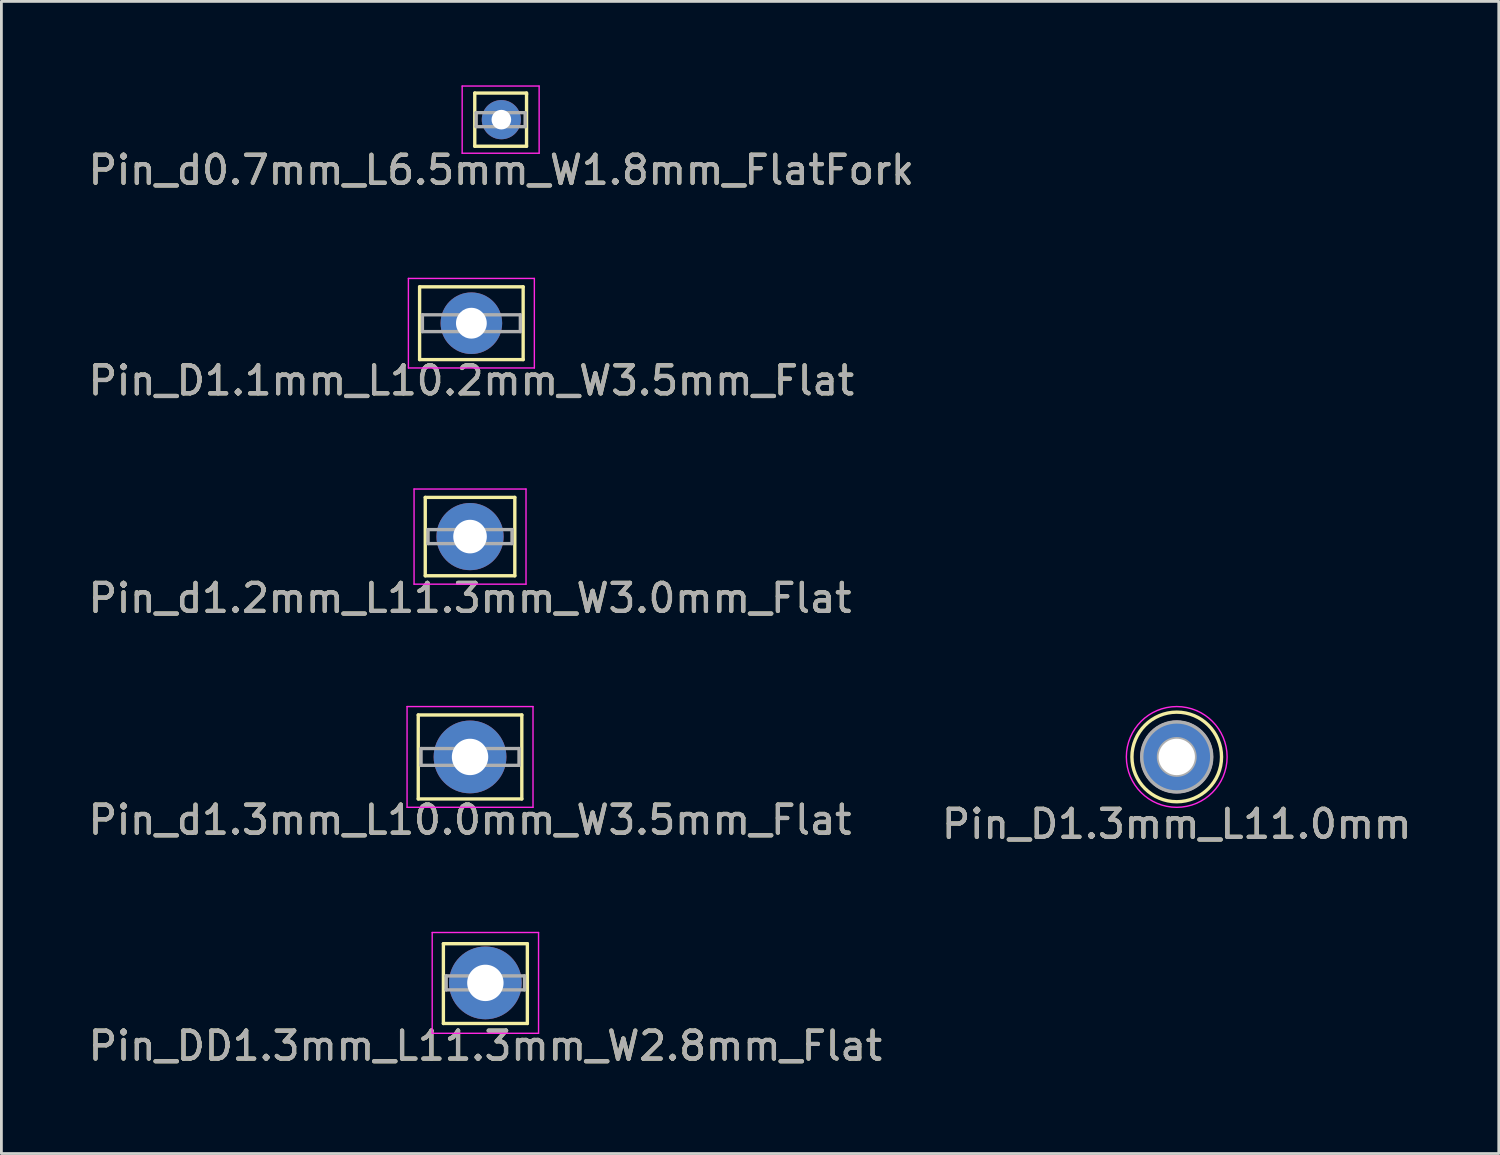
<source format=kicad_pcb>
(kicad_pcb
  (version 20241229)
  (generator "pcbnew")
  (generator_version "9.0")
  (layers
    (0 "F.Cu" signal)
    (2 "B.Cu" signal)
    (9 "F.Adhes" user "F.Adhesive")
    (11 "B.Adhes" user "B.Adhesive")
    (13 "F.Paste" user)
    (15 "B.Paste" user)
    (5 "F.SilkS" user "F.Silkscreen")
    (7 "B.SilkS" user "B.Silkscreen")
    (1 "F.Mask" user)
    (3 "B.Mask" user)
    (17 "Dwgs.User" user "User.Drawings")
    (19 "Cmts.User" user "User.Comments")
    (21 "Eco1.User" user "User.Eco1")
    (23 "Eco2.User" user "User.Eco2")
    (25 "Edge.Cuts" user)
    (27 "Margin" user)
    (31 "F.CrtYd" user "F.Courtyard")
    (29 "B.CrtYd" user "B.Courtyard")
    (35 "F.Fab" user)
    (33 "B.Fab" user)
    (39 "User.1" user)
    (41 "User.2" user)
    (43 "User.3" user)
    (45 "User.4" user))
  (footprint "Pin_d0.7mm_L6.5mm_W1.8mm_FlatFork"
    (layer "F.Cu")
    (at 14.863 1.225)
    (property "Reference" "Pin_d0.7mm_L6.5mm_W1.8mm_FlatFork" (at 0 1.8 0) (layer "F.SilkS") (effects (font (size 1 1) (thickness 0.15))))
    (attr through_hole)
    (fp_line (start -0.95 -0.95) (end -0.95 0.95) (stroke (width 0.12) (type solid)) (layer "F.SilkS"))
    (fp_line (start -0.95 0.95) (end 0.9 0.95) (stroke (width 0.12) (type solid)) (layer "F.SilkS"))
    (fp_line (start 0.9 -0.95) (end -0.95 -0.95) (stroke (width 0.12) (type solid)) (layer "F.SilkS"))
    (fp_line (start 0.9 -0.9) (end 0.9 -0.95) (stroke (width 0.12) (type solid)) (layer "F.SilkS"))
    (fp_line (start 0.9 0.95) (end 0.9 -0.9) (stroke (width 0.12) (type solid)) (layer "F.SilkS"))
    (fp_line (start -1.4 -1.2) (end -1.4 1.2) (stroke (width 0.05) (type solid)) (layer "F.CrtYd"))
    (fp_line (start -1.4 -1.2) (end 1.35 -1.2) (stroke (width 0.05) (type solid)) (layer "F.CrtYd"))
    (fp_line (start 1.35 1.2) (end -1.4 1.2) (stroke (width 0.05) (type solid)) (layer "F.CrtYd"))
    (fp_line (start 1.35 1.2) (end 1.35 -1.2) (stroke (width 0.05) (type solid)) (layer "F.CrtYd"))
    (fp_line (start -0.9 -0.25) (end 0.85 -0.25) (stroke (width 0.12) (type solid)) (layer "F.Fab"))
    (fp_line (start -0.9 0.25) (end -0.9 -0.25) (stroke (width 0.12) (type solid)) (layer "F.Fab"))
    (fp_line (start 0.85 -0.25) (end 0.85 0.25) (stroke (width 0.12) (type solid)) (layer "F.Fab"))
    (fp_line (start 0.85 0.25) (end -0.9 0.25) (stroke (width 0.12) (type solid)) (layer "F.Fab"))
    (fp_text user "${REFERENCE}" (at 0 1.8 0) (layer "F.Fab") (effects (font (size 1 1) (thickness 0.15))))
    (pad "1" thru_hole circle (at 0 0) (size 1.4 1.4) (drill 0.7) (layers "*.Cu" "*.Mask")))
  (footprint "Pin_DD1.3mm_L11.3mm_W2.8mm_Flat"
    (layer "F.Cu")
    (at 14.292 32.068)
    (property "Reference" "Pin_DD1.3mm_L11.3mm_W2.8mm_Flat" (at 0 2.25 0) (layer "F.SilkS") (effects (font (size 1 1) (thickness 0.15))))
    (attr through_hole)
    (fp_line (start -1.5 -1.4) (end -1.5 1.45) (stroke (width 0.12) (type solid)) (layer "F.SilkS"))
    (fp_line (start -1.5 -1.4) (end 1.5 -1.4) (stroke (width 0.12) (type solid)) (layer "F.SilkS"))
    (fp_line (start -1.5 1.45) (end 1.5 1.45) (stroke (width 0.12) (type solid)) (layer "F.SilkS"))
    (fp_line (start 1.5 -1.4) (end 1.5 1.45) (stroke (width 0.12) (type solid)) (layer "F.SilkS"))
    (fp_line (start -1.9 -1.8) (end -1.9 1.8) (stroke (width 0.05) (type solid)) (layer "F.CrtYd"))
    (fp_line (start -1.9 -1.8) (end 1.9 -1.8) (stroke (width 0.05) (type solid)) (layer "F.CrtYd"))
    (fp_line (start 1.9 1.8) (end -1.9 1.8) (stroke (width 0.05) (type solid)) (layer "F.CrtYd"))
    (fp_line (start 1.9 1.8) (end 1.9 -1.8) (stroke (width 0.05) (type solid)) (layer "F.CrtYd"))
    (fp_line (start -1.4 -0.25) (end 1.4 -0.25) (stroke (width 0.12) (type solid)) (layer "F.Fab"))
    (fp_line (start -1.4 0.25) (end -1.4 -0.25) (stroke (width 0.12) (type solid)) (layer "F.Fab"))
    (fp_line (start 1.4 -0.25) (end 1.4 0.25) (stroke (width 0.12) (type solid)) (layer "F.Fab"))
    (fp_line (start 1.4 0.25) (end -1.4 0.25) (stroke (width 0.12) (type solid)) (layer "F.Fab"))
    (fp_text user "${REFERENCE}" (at 0 2.25 0) (layer "F.Fab") (effects (font (size 1 1) (thickness 0.15))))
    (pad "1" thru_hole circle (at 0 0) (size 2.6 2.6) (drill 1.3) (layers "*.Cu" "*.Mask")))
  (footprint "Pin_D1.3mm_L11.0mm"
    (layer "F.Cu")
    (at 38.994 23.995)
    (property "Reference" "Pin_D1.3mm_L11.0mm" (at 0 2.4 0) (layer "F.SilkS") (effects (font (size 1 1) (thickness 0.15))))
    (attr through_hole)
    (fp_circle (center 0 0) (end 1.6 0.05) (stroke (width 0.12) (type solid)) (fill no) (layer "F.SilkS"))
    (fp_circle (center 0 0) (end 1.8 0) (stroke (width 0.05) (type solid)) (fill no) (layer "F.CrtYd"))
    (fp_circle (center 0 0) (end 0.65 -0.05) (stroke (width 0.12) (type solid)) (fill no) (layer "F.Fab"))
    (fp_circle (center 0 0) (end 1.25 -0.05) (stroke (width 0.12) (type solid)) (fill no) (layer "F.Fab"))
    (fp_text user "${REFERENCE}" (at 0 2.4 0) (layer "F.Fab") (effects (font (size 1 1) (thickness 0.15))))
    (pad "1" thru_hole circle (at 0 0) (size 2.6 2.6) (drill 1.3) (layers "*.Cu" "*.Mask")))
  (footprint "Pin_d1.3mm_L10.0mm_W3.5mm_Flat"
    (layer "F.Cu")
    (at 13.744 23.995)
    (property "Reference" "Pin_d1.3mm_L10.0mm_W3.5mm_Flat" (at 0 2.25 0) (layer "F.SilkS") (effects (font (size 1 1) (thickness 0.15))))
    (attr through_hole)
    (fp_line (start -1.85 -1.5) (end -1.85 1.5) (stroke (width 0.12) (type solid)) (layer "F.SilkS"))
    (fp_line (start -1.85 -1.5) (end 1.85 -1.5) (stroke (width 0.12) (type solid)) (layer "F.SilkS"))
    (fp_line (start 1.85 -1.5) (end 1.85 1.5) (stroke (width 0.12) (type solid)) (layer "F.SilkS"))
    (fp_line (start 1.85 1.5) (end -1.85 1.5) (stroke (width 0.12) (type solid)) (layer "F.SilkS"))
    (fp_line (start -2.25 -1.8) (end -2.25 1.8) (stroke (width 0.05) (type solid)) (layer "F.CrtYd"))
    (fp_line (start -2.25 -1.8) (end 2.25 -1.8) (stroke (width 0.05) (type solid)) (layer "F.CrtYd"))
    (fp_line (start 2.25 1.8) (end -2.25 1.8) (stroke (width 0.05) (type solid)) (layer "F.CrtYd"))
    (fp_line (start 2.25 1.8) (end 2.25 -1.8) (stroke (width 0.05) (type solid)) (layer "F.CrtYd"))
    (fp_line (start -1.75 -0.3) (end 1.75 -0.3) (stroke (width 0.12) (type solid)) (layer "F.Fab"))
    (fp_line (start -1.75 0.3) (end -1.75 -0.3) (stroke (width 0.12) (type solid)) (layer "F.Fab"))
    (fp_line (start 1.75 -0.3) (end 1.75 0.3) (stroke (width 0.12) (type solid)) (layer "F.Fab"))
    (fp_line (start 1.75 0.3) (end -1.75 0.3) (stroke (width 0.12) (type solid)) (layer "F.Fab"))
    (fp_text user "${REFERENCE}" (at 0 2.25 0) (layer "F.Fab") (effects (font (size 1 1) (thickness 0.15))))
    (pad "1" thru_hole circle (at 0 0) (size 2.6 2.6) (drill 1.3) (layers "*.Cu" "*.Mask")))
  (footprint "Pin_d1.2mm_L11.3mm_W3.0mm_Flat"
    (layer "F.Cu")
    (at 13.744 16.122)
    (property "Reference" "Pin_d1.2mm_L11.3mm_W3.0mm_Flat" (at 0 2.2 0) (layer "F.SilkS") (effects (font (size 1 1) (thickness 0.15))))
    (attr through_hole)
    (fp_line (start -1.6 -1.4) (end 1.6 -1.4) (stroke (width 0.12) (type solid)) (layer "F.SilkS"))
    (fp_line (start -1.6 1.4) (end -1.6 -1.4) (stroke (width 0.12) (type solid)) (layer "F.SilkS"))
    (fp_line (start 1.6 -1.4) (end 1.6 1.4) (stroke (width 0.12) (type solid)) (layer "F.SilkS"))
    (fp_line (start 1.6 1.4) (end -1.6 1.4) (stroke (width 0.12) (type solid)) (layer "F.SilkS"))
    (fp_line (start -2 -1.7) (end -2 1.7) (stroke (width 0.05) (type solid)) (layer "F.CrtYd"))
    (fp_line (start -2 -1.7) (end 2 -1.7) (stroke (width 0.05) (type solid)) (layer "F.CrtYd"))
    (fp_line (start 2 1.7) (end -2 1.7) (stroke (width 0.05) (type solid)) (layer "F.CrtYd"))
    (fp_line (start 2 1.7) (end 2 -1.7) (stroke (width 0.05) (type solid)) (layer "F.CrtYd"))
    (fp_line (start -1.5 -0.25) (end 1.5 -0.25) (stroke (width 0.12) (type solid)) (layer "F.Fab"))
    (fp_line (start -1.5 0.25) (end -1.5 -0.25) (stroke (width 0.12) (type solid)) (layer "F.Fab"))
    (fp_line (start 1.5 -0.25) (end 1.5 0.25) (stroke (width 0.12) (type solid)) (layer "F.Fab"))
    (fp_line (start 1.5 0.25) (end -1.5 0.25) (stroke (width 0.12) (type solid)) (layer "F.Fab"))
    (fp_text user "${REFERENCE}" (at 0 2.2 0) (layer "F.Fab") (effects (font (size 1 1) (thickness 0.15))))
    (pad "1" thru_hole circle (at 0 0) (size 2.4 2.4) (drill 1.2) (layers "*.Cu" "*.Mask")))
  (footprint "Pin_D1.1mm_L10.2mm_W3.5mm_Flat"
    (layer "F.Cu")
    (at 13.792 8.498)
    (property "Reference" "Pin_D1.1mm_L10.2mm_W3.5mm_Flat" (at 0 2.05 0) (layer "F.SilkS") (effects (font (size 1 1) (thickness 0.15))))
    (attr through_hole)
    (fp_line (start -1.85 -1.3) (end -1.85 1.3) (stroke (width 0.12) (type solid)) (layer "F.SilkS"))
    (fp_line (start -1.85 -1.3) (end 1.85 -1.3) (stroke (width 0.12) (type solid)) (layer "F.SilkS"))
    (fp_line (start 1.85 -1.3) (end 1.85 1.3) (stroke (width 0.12) (type solid)) (layer "F.SilkS"))
    (fp_line (start 1.85 1.3) (end -1.85 1.3) (stroke (width 0.12) (type solid)) (layer "F.SilkS"))
    (fp_line (start -2.25 -1.6) (end -2.25 1.6) (stroke (width 0.05) (type solid)) (layer "F.CrtYd"))
    (fp_line (start -2.25 -1.6) (end 2.25 -1.6) (stroke (width 0.05) (type solid)) (layer "F.CrtYd"))
    (fp_line (start 2.25 1.6) (end -2.25 1.6) (stroke (width 0.05) (type solid)) (layer "F.CrtYd"))
    (fp_line (start 2.25 1.6) (end 2.25 -1.6) (stroke (width 0.05) (type solid)) (layer "F.CrtYd"))
    (fp_line (start -1.75 -0.3) (end 1.75 -0.3) (stroke (width 0.12) (type solid)) (layer "F.Fab"))
    (fp_line (start -1.75 0.3) (end -1.75 -0.3) (stroke (width 0.12) (type solid)) (layer "F.Fab"))
    (fp_line (start 1.75 -0.3) (end 1.75 0.3) (stroke (width 0.12) (type solid)) (layer "F.Fab"))
    (fp_line (start 1.75 0.3) (end -1.75 0.3) (stroke (width 0.12) (type solid)) (layer "F.Fab"))
    (fp_text user "${REFERENCE}" (at 0 2.05 0) (layer "F.Fab") (effects (font (size 1 1) (thickness 0.15))))
    (pad "1" thru_hole circle (at 0 0) (size 2.2 2.2) (drill 1.1) (layers "*.Cu" "*.Mask")))
  (gr_rect
    (start -3 -3)
    (end 50.5 38.166)
    (stroke (width 0.1) (type default))
    (fill no)
    (layer "Edge.Cuts")))
</source>
